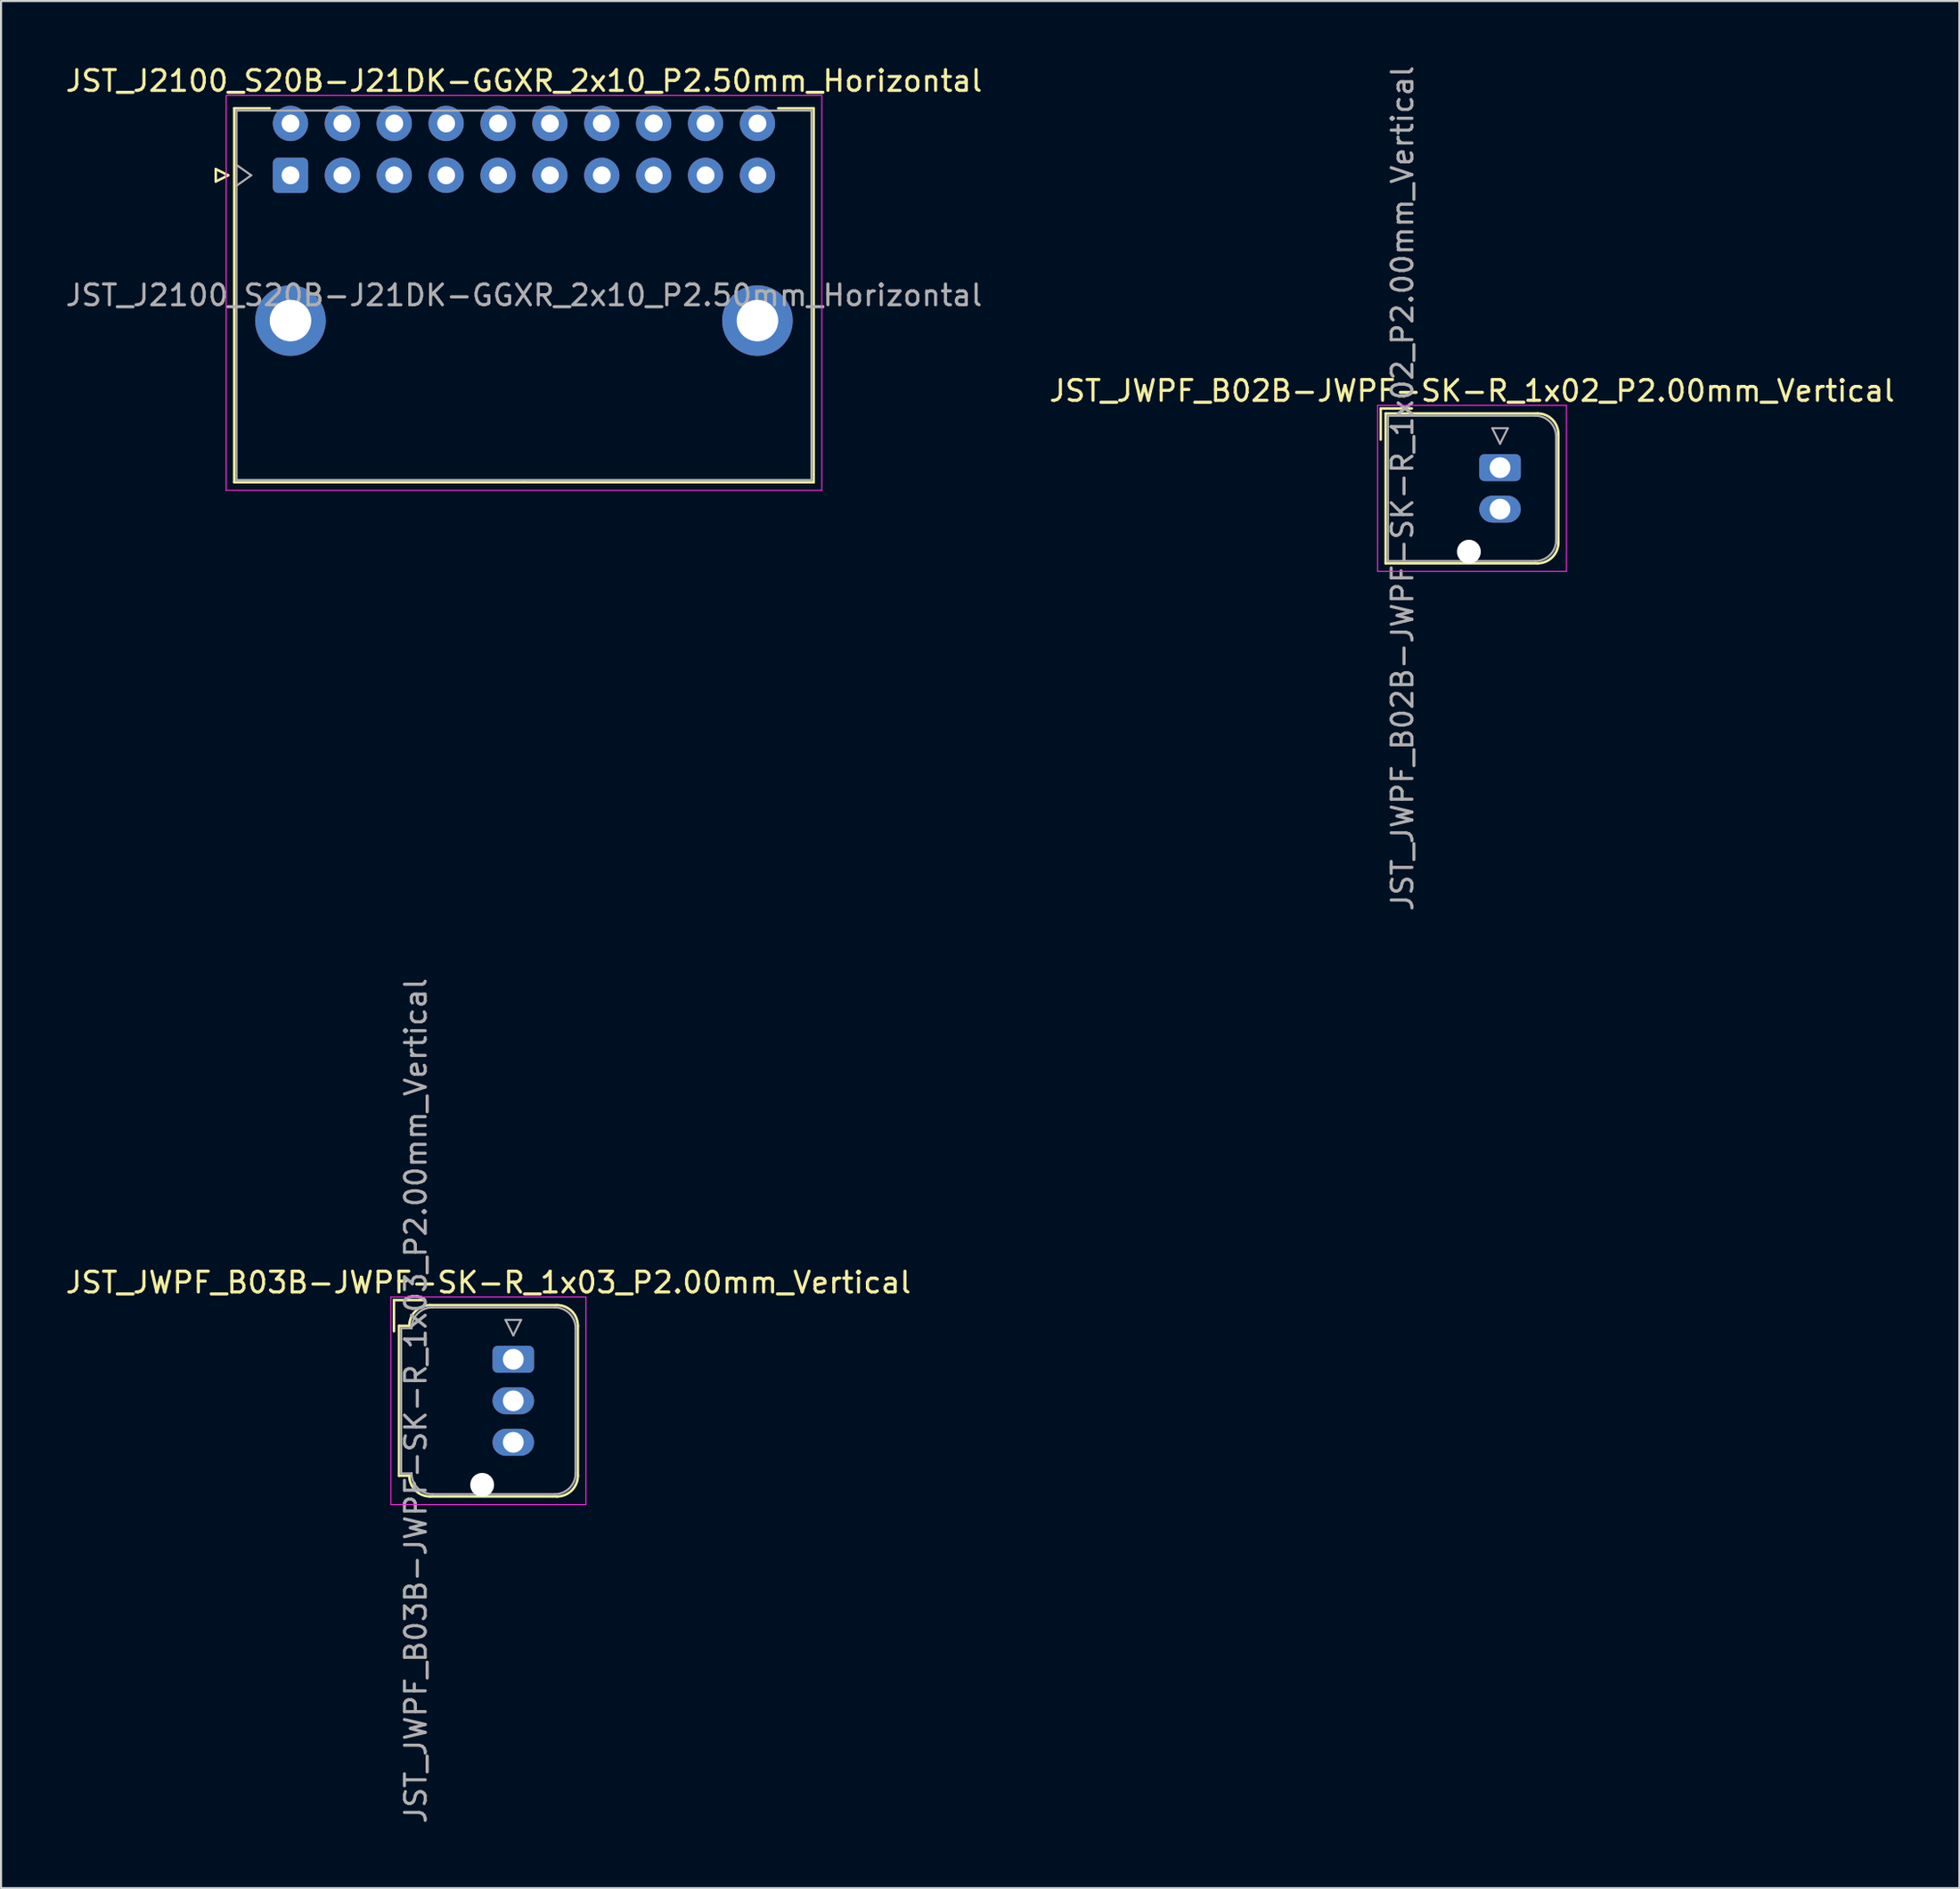
<source format=kicad_pcb>
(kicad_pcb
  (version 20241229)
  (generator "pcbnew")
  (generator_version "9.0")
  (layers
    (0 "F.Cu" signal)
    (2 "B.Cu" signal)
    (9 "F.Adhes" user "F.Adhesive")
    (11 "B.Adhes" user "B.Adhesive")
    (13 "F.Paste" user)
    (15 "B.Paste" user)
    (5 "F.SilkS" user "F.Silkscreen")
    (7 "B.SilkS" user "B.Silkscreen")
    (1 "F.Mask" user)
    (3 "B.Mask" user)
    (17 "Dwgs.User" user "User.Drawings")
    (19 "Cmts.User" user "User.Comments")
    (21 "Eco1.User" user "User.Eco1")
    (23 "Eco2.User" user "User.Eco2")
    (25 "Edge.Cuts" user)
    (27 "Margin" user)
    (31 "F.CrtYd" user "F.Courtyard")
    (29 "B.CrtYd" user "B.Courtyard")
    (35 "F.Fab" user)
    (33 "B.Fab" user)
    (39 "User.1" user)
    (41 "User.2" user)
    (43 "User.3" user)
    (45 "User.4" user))
  (footprint "JST_JWPF_B03B-JWPF-SK-R_1x03_P2.00mm_Vertical"
    (layer "F.Cu")
    (at 21.682 62.446)
    (property "Reference" "JST_JWPF_B03B-JWPF-SK-R_1x03_P2.00mm_Vertical" (at -1.2 -3.7 0) (layer "F.SilkS") (effects (font (size 1 1) (thickness 0.15))))
    (attr through_hole)
    (fp_line (start -5.75 -2.85) (end -4.25 -2.85) (stroke (width 0.12) (type solid)) (layer "F.SilkS"))
    (fp_line (start -5.75 -1.35) (end -5.75 -2.85) (stroke (width 0.12) (type solid)) (layer "F.SilkS"))
    (fp_line (start -5.51 -1.61) (end -5.51 5.61) (stroke (width 0.12) (type solid)) (layer "F.SilkS"))
    (fp_line (start -5.51 5.61) (end -5.01 5.61) (stroke (width 0.12) (type solid)) (layer "F.SilkS"))
    (fp_line (start -5.01 -1.61) (end -5.51 -1.61) (stroke (width 0.12) (type solid)) (layer "F.SilkS"))
    (fp_line (start -5.01 -1.61) (end -5.01 -1.61) (stroke (width 0.12) (type solid)) (layer "F.SilkS"))
    (fp_line (start -5.01 5.61) (end -5.01 5.61) (stroke (width 0.12) (type solid)) (layer "F.SilkS"))
    (fp_line (start -4.01 -2.61) (end 2.11 -2.61) (stroke (width 0.12) (type solid)) (layer "F.SilkS"))
    (fp_line (start -4.01 6.61) (end 2.11 6.61) (stroke (width 0.12) (type solid)) (layer "F.SilkS"))
    (fp_line (start 3.11 -1.61) (end 3.11 5.61) (stroke (width 0.12) (type solid)) (layer "F.SilkS"))
    (fp_arc (start -5.01 -1.61) (mid -4.717107 -2.317107) (end -4.01 -2.61) (stroke (width 0.12) (type solid)) (layer "F.SilkS"))
    (fp_arc (start -4.01 6.61) (mid -4.717107 6.317107) (end -5.01 5.61) (stroke (width 0.12) (type solid)) (layer "F.SilkS"))
    (fp_arc (start 2.11 -2.61) (mid 2.817107 -2.317107) (end 3.11 -1.61) (stroke (width 0.12) (type solid)) (layer "F.SilkS"))
    (fp_arc (start 3.11 5.61) (mid 2.817107 6.317107) (end 2.11 6.61) (stroke (width 0.12) (type solid)) (layer "F.SilkS"))
    (fp_line (start -5.9 -3) (end -5.9 7) (stroke (width 0.05) (type solid)) (layer "F.CrtYd"))
    (fp_line (start -5.9 7) (end 3.5 7) (stroke (width 0.05) (type solid)) (layer "F.CrtYd"))
    (fp_line (start 3.5 -3) (end -5.9 -3) (stroke (width 0.05) (type solid)) (layer "F.CrtYd"))
    (fp_line (start 3.5 7) (end 3.5 -3) (stroke (width 0.05) (type solid)) (layer "F.CrtYd"))
    (fp_line (start -5.4 -1.5) (end -5.4 5.5) (stroke (width 0.1) (type solid)) (layer "F.Fab"))
    (fp_line (start -5.4 5.5) (end -4.9 5.5) (stroke (width 0.1) (type solid)) (layer "F.Fab"))
    (fp_line (start -4.9 -1.5) (end -5.4 -1.5) (stroke (width 0.1) (type solid)) (layer "F.Fab"))
    (fp_line (start -4.9 -1.5) (end -4.9 -1.5) (stroke (width 0.1) (type solid)) (layer "F.Fab"))
    (fp_line (start -4.9 5.5) (end -4.9 5.5) (stroke (width 0.1) (type solid)) (layer "F.Fab"))
    (fp_line (start -3.9 -2.5) (end 2 -2.5) (stroke (width 0.1) (type solid)) (layer "F.Fab"))
    (fp_line (start -3.9 6.5) (end 2 6.5) (stroke (width 0.1) (type solid)) (layer "F.Fab"))
    (fp_line (start -0.375 -1.9) (end 0.375 -1.9) (stroke (width 0.1) (type solid)) (layer "F.Fab"))
    (fp_line (start 0 -1.15) (end -0.375 -1.9) (stroke (width 0.1) (type solid)) (layer "F.Fab"))
    (fp_line (start 0.375 -1.9) (end 0 -1.15) (stroke (width 0.1) (type solid)) (layer "F.Fab"))
    (fp_line (start 3 -1.5) (end 3 5.5) (stroke (width 0.1) (type solid)) (layer "F.Fab"))
    (fp_arc (start -4.9 -1.5) (mid -4.607107 -2.207107) (end -3.9 -2.5) (stroke (width 0.1) (type solid)) (layer "F.Fab"))
    (fp_arc (start -3.9 6.5) (mid -4.607107 6.207107) (end -4.9 5.5) (stroke (width 0.1) (type solid)) (layer "F.Fab"))
    (fp_arc (start 2 -2.5) (mid 2.707107 -2.207107) (end 3 -1.5) (stroke (width 0.1) (type solid)) (layer "F.Fab"))
    (fp_arc (start 3 5.5) (mid 2.707107 6.207107) (end 2 6.5) (stroke (width 0.1) (type solid)) (layer "F.Fab"))
    (fp_text user "${REFERENCE}" (at -4.7 2 90) (layer "F.Fab") (effects (font (size 1 1) (thickness 0.15))))
    (pad "" np_thru_hole circle (at -1.5 6.05) (size 1.15 1.15) (drill 1.15) (layers "*.Cu" "*.Mask"))
    (pad "1" thru_hole roundrect (at 0 0) (size 2 1.3) (drill 1) (layers "*.Cu" "*.Mask") (roundrect_rratio 0.192))
    (pad "2" thru_hole oval (at 0 2) (size 2 1.3) (drill 1) (layers "*.Cu" "*.Mask"))
    (pad "3" thru_hole oval (at 0 4) (size 2 1.3) (drill 1) (layers "*.Cu" "*.Mask")))
  (footprint "JST_JWPF_B02B-JWPF-SK-R_1x02_P2.00mm_Vertical"
    (layer "F.Cu")
    (at 69.225 19.482)
    (property "Reference" "JST_JWPF_B02B-JWPF-SK-R_1x02_P2.00mm_Vertical" (at -1.35 -3.7 0) (layer "F.SilkS") (effects (font (size 1 1) (thickness 0.15))))
    (attr through_hole)
    (fp_line (start -5.75 -2.85) (end -4.25 -2.85) (stroke (width 0.12) (type solid)) (layer "F.SilkS"))
    (fp_line (start -5.75 -1.35) (end -5.75 -2.85) (stroke (width 0.12) (type solid)) (layer "F.SilkS"))
    (fp_line (start -5.51 -2.61) (end -5.51 4.61) (stroke (width 0.12) (type solid)) (layer "F.SilkS"))
    (fp_line (start -5.51 4.61) (end 1.81 4.61) (stroke (width 0.12) (type solid)) (layer "F.SilkS"))
    (fp_line (start 1.81 -2.61) (end -5.51 -2.61) (stroke (width 0.12) (type solid)) (layer "F.SilkS"))
    (fp_line (start 2.81 -1.61) (end 2.81 3.61) (stroke (width 0.12) (type solid)) (layer "F.SilkS"))
    (fp_arc (start 1.81 -2.61) (mid 2.517107 -2.317107) (end 2.81 -1.61) (stroke (width 0.12) (type solid)) (layer "F.SilkS"))
    (fp_arc (start 2.81 3.61) (mid 2.517107 4.317107) (end 1.81 4.61) (stroke (width 0.12) (type solid)) (layer "F.SilkS"))
    (fp_line (start -5.9 -3) (end -5.9 5) (stroke (width 0.05) (type solid)) (layer "F.CrtYd"))
    (fp_line (start -5.9 5) (end 3.2 5) (stroke (width 0.05) (type solid)) (layer "F.CrtYd"))
    (fp_line (start 3.2 -3) (end -5.9 -3) (stroke (width 0.05) (type solid)) (layer "F.CrtYd"))
    (fp_line (start 3.2 5) (end 3.2 -3) (stroke (width 0.05) (type solid)) (layer "F.CrtYd"))
    (fp_line (start -5.4 -2.5) (end -5.4 4.5) (stroke (width 0.1) (type solid)) (layer "F.Fab"))
    (fp_line (start -5.4 4.5) (end 1.7 4.5) (stroke (width 0.1) (type solid)) (layer "F.Fab"))
    (fp_line (start -0.375 -1.9) (end 0.375 -1.9) (stroke (width 0.1) (type solid)) (layer "F.Fab"))
    (fp_line (start 0 -1.15) (end -0.375 -1.9) (stroke (width 0.1) (type solid)) (layer "F.Fab"))
    (fp_line (start 0.375 -1.9) (end 0 -1.15) (stroke (width 0.1) (type solid)) (layer "F.Fab"))
    (fp_line (start 1.7 -2.5) (end -5.4 -2.5) (stroke (width 0.1) (type solid)) (layer "F.Fab"))
    (fp_line (start 2.7 -1.5) (end 2.7 3.5) (stroke (width 0.1) (type solid)) (layer "F.Fab"))
    (fp_arc (start 1.7 -2.5) (mid 2.407107 -2.207107) (end 2.7 -1.5) (stroke (width 0.1) (type solid)) (layer "F.Fab"))
    (fp_arc (start 2.7 3.5) (mid 2.407107 4.207107) (end 1.7 4.5) (stroke (width 0.1) (type solid)) (layer "F.Fab"))
    (fp_text user "${REFERENCE}" (at -4.7 1 90) (layer "F.Fab") (effects (font (size 1 1) (thickness 0.15))))
    (pad "" np_thru_hole circle (at -1.5 4.05) (size 1.15 1.15) (drill 1.15) (layers "*.Cu" "*.Mask"))
    (pad "1" thru_hole roundrect (at 0 0) (size 2 1.3) (drill 1) (layers "*.Cu" "*.Mask") (roundrect_rratio 0.192))
    (pad "2" thru_hole oval (at 0 2) (size 2 1.3) (drill 1) (layers "*.Cu" "*.Mask")))
  (footprint "JST_J2100_S20B-J21DK-GGXR_2x10_P2.50mm_Horizontal"
    (layer "F.Cu")
    (at 10.946 5.398)
    (property "Reference" "JST_J2100_S20B-J21DK-GGXR_2x10_P2.50mm_Horizontal" (at 11.25 -4.55 0) (layer "F.SilkS") (effects (font (size 1 1) (thickness 0.15))))
    (attr through_hole)
    (fp_line (start -3.6 -0.3) (end -3 0) (stroke (width 0.12) (type solid)) (layer "F.SilkS"))
    (fp_line (start -3.6 0.3) (end -3.6 -0.3) (stroke (width 0.12) (type solid)) (layer "F.SilkS"))
    (fp_line (start -3 0) (end -3.6 0.3) (stroke (width 0.12) (type solid)) (layer "F.SilkS"))
    (fp_line (start -2.71 -3.23) (end -2.71 14.79) (stroke (width 0.12) (type solid)) (layer "F.SilkS"))
    (fp_line (start -2.71 14.79) (end 11.25 14.79) (stroke (width 0.12) (type solid)) (layer "F.SilkS"))
    (fp_line (start -1 -3.23) (end -2.71 -3.23) (stroke (width 0.12) (type solid)) (layer "F.SilkS"))
    (fp_line (start 23.5 -3.23) (end 25.21 -3.23) (stroke (width 0.12) (type solid)) (layer "F.SilkS"))
    (fp_line (start 25.21 -3.23) (end 25.21 14.79) (stroke (width 0.12) (type solid)) (layer "F.SilkS"))
    (fp_line (start 25.21 14.79) (end 11.25 14.79) (stroke (width 0.12) (type solid)) (layer "F.SilkS"))
    (fp_line (start -3.1 -3.85) (end -3.1 15.18) (stroke (width 0.05) (type solid)) (layer "F.CrtYd"))
    (fp_line (start -3.1 15.18) (end 25.6 15.18) (stroke (width 0.05) (type solid)) (layer "F.CrtYd"))
    (fp_line (start 25.6 -3.85) (end -3.1 -3.85) (stroke (width 0.05) (type solid)) (layer "F.CrtYd"))
    (fp_line (start 25.6 15.18) (end 25.6 -3.85) (stroke (width 0.05) (type solid)) (layer "F.CrtYd"))
    (fp_line (start -2.6 -3.12) (end -2.6 14.68) (stroke (width 0.1) (type solid)) (layer "F.Fab"))
    (fp_line (start -2.6 0.5) (end -1.893 0) (stroke (width 0.1) (type solid)) (layer "F.Fab"))
    (fp_line (start -2.6 14.68) (end 25.1 14.68) (stroke (width 0.1) (type solid)) (layer "F.Fab"))
    (fp_line (start -1.893 0) (end -2.6 -0.5) (stroke (width 0.1) (type solid)) (layer "F.Fab"))
    (fp_line (start 25.1 -3.12) (end -2.6 -3.12) (stroke (width 0.1) (type solid)) (layer "F.Fab"))
    (fp_line (start 25.1 14.68) (end 25.1 -3.12) (stroke (width 0.1) (type solid)) (layer "F.Fab"))
    (fp_text user "${REFERENCE}" (at 11.25 5.78 0) (layer "F.Fab") (effects (font (size 1 1) (thickness 0.15))))
    (pad "" thru_hole circle (at 0 7) (size 3.4 3.4) (drill 2) (layers "*.Cu" "*.Mask"))
    (pad "" thru_hole circle (at 22.5 7) (size 3.4 3.4) (drill 2) (layers "*.Cu" "*.Mask"))
    (pad "1" thru_hole roundrect (at 0 0) (size 1.7 1.7) (drill 0.86) (layers "*.Cu" "*.Mask") (roundrect_rratio 0.147))
    (pad "2" thru_hole circle (at 2.5 0) (size 1.7 1.7) (drill 0.86) (layers "*.Cu" "*.Mask"))
    (pad "3" thru_hole circle (at 5 0) (size 1.7 1.7) (drill 0.86) (layers "*.Cu" "*.Mask"))
    (pad "4" thru_hole circle (at 7.5 0) (size 1.7 1.7) (drill 0.86) (layers "*.Cu" "*.Mask"))
    (pad "5" thru_hole circle (at 10 0) (size 1.7 1.7) (drill 0.86) (layers "*.Cu" "*.Mask"))
    (pad "6" thru_hole circle (at 12.5 0) (size 1.7 1.7) (drill 0.86) (layers "*.Cu" "*.Mask"))
    (pad "7" thru_hole circle (at 15 0) (size 1.7 1.7) (drill 0.86) (layers "*.Cu" "*.Mask"))
    (pad "8" thru_hole circle (at 17.5 0) (size 1.7 1.7) (drill 0.86) (layers "*.Cu" "*.Mask"))
    (pad "9" thru_hole circle (at 20 0) (size 1.7 1.7) (drill 0.86) (layers "*.Cu" "*.Mask"))
    (pad "10" thru_hole circle (at 22.5 0) (size 1.7 1.7) (drill 0.86) (layers "*.Cu" "*.Mask"))
    (pad "11" thru_hole circle (at 0 -2.5) (size 1.7 1.7) (drill 0.86) (layers "*.Cu" "*.Mask"))
    (pad "12" thru_hole circle (at 2.5 -2.5) (size 1.7 1.7) (drill 0.86) (layers "*.Cu" "*.Mask"))
    (pad "13" thru_hole circle (at 5 -2.5) (size 1.7 1.7) (drill 0.86) (layers "*.Cu" "*.Mask"))
    (pad "14" thru_hole circle (at 7.5 -2.5) (size 1.7 1.7) (drill 0.86) (layers "*.Cu" "*.Mask"))
    (pad "15" thru_hole circle (at 10 -2.5) (size 1.7 1.7) (drill 0.86) (layers "*.Cu" "*.Mask"))
    (pad "16" thru_hole circle (at 12.5 -2.5) (size 1.7 1.7) (drill 0.86) (layers "*.Cu" "*.Mask"))
    (pad "17" thru_hole circle (at 15 -2.5) (size 1.7 1.7) (drill 0.86) (layers "*.Cu" "*.Mask"))
    (pad "18" thru_hole circle (at 17.5 -2.5) (size 1.7 1.7) (drill 0.86) (layers "*.Cu" "*.Mask"))
    (pad "19" thru_hole circle (at 20 -2.5) (size 1.7 1.7) (drill 0.86) (layers "*.Cu" "*.Mask"))
    (pad "20" thru_hole circle (at 22.5 -2.5) (size 1.7 1.7) (drill 0.86) (layers "*.Cu" "*.Mask")))
  (gr_rect
    (start -3 -3)
    (end 91.357 87.929)
    (stroke (width 0.1) (type default))
    (fill no)
    (layer "Edge.Cuts")))
</source>
